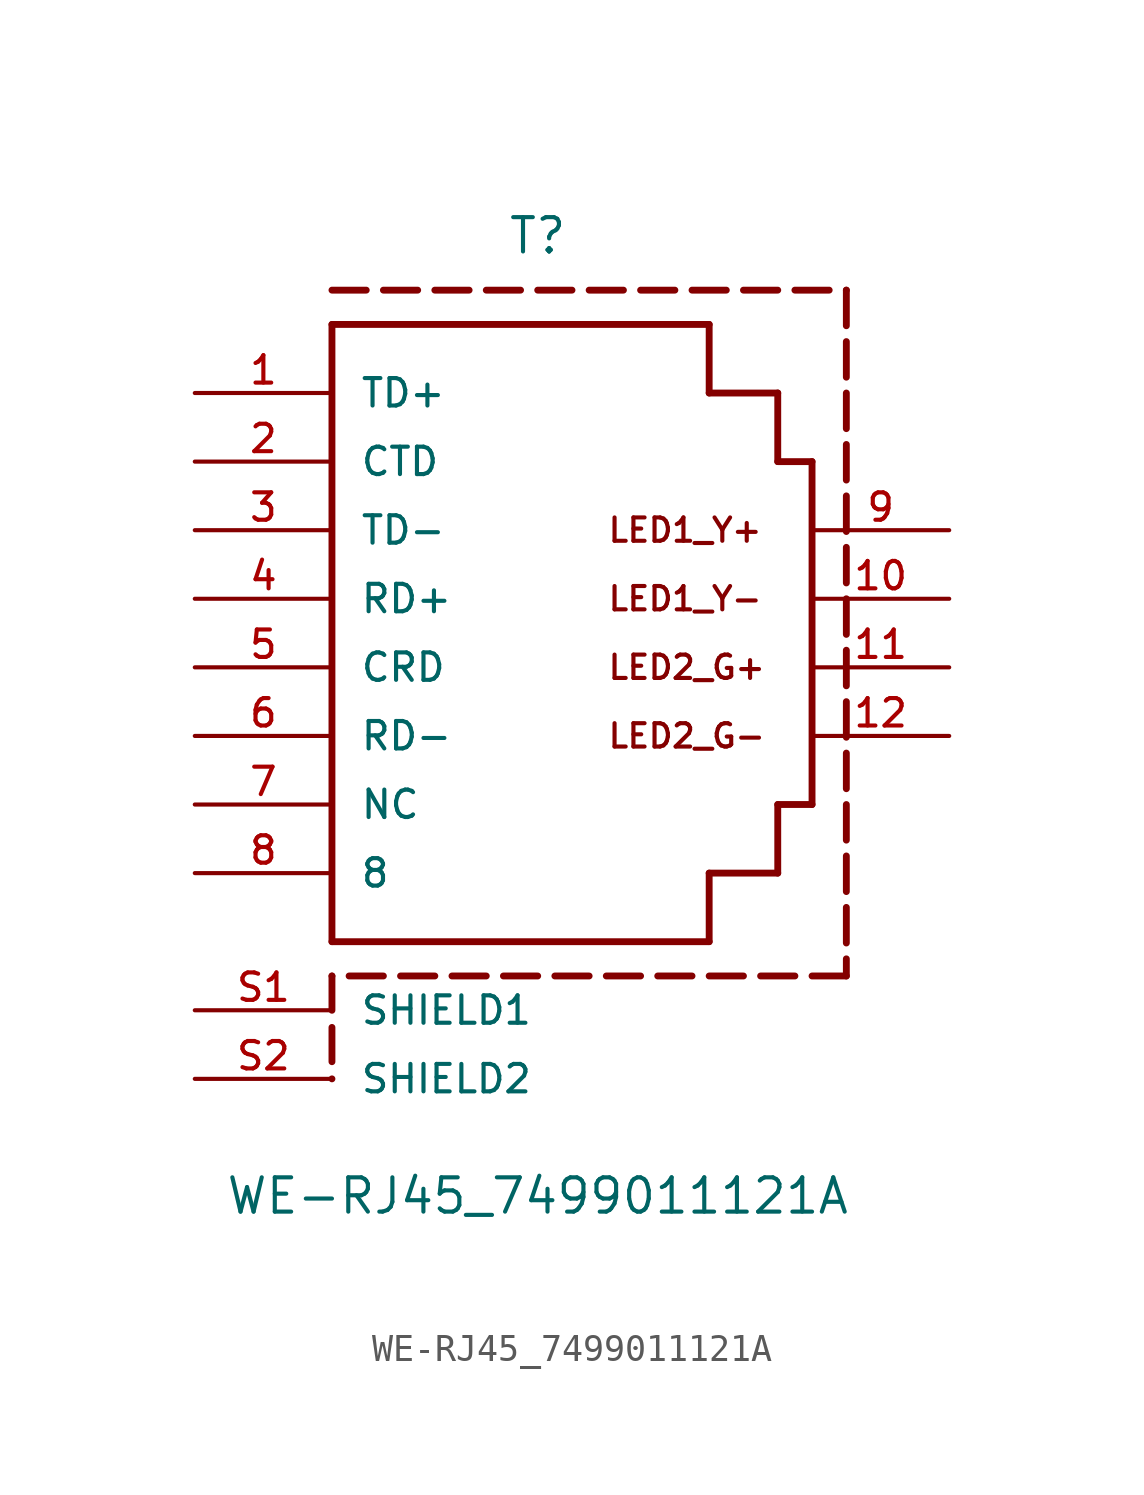
<source format=kicad_sym>
(kicad_symbol_lib
  (version 20211014)
  (generator kicad_symbol_editor)
  (symbol "WE-RJ45_7499011121A"
    (pin_names
      (offset 1.016))
    (property "Reference" "T"
      (at 0.0 15.24 0)
      (effects (font (size 1.27 1.27)) (justify bottom)))
    (property "Value" "WE-RJ45_7499011121A"
      (at 0.0 -20.32 0)
      (effects (font (size 1.27 1.27)) (justify bottom)))
    (symbol "WE-RJ45_7499011121A_0_0"
      (text "LED2_G+" (at 2.54 0.0 0) (effects (font (size 0.864 0.864)) (justify left)))
      (text "LED2_G-" (at 2.54 -2.54 0) (effects (font (size 0.864 0.864)) (justify left)))
      (text "LED1_Y-" (at 2.54 2.54 0) (effects (font (size 0.864 0.864)) (justify left)))
      (text "LED1_Y+" (at 2.54 5.08 0) (effects (font (size 0.864 0.864)) (justify left)))
      (polyline (pts (xy -7.62 12.7) (xy 6.35 12.7)) (stroke (width 0.254)))
      (polyline (pts (xy 10.16 7.62) (xy 10.16 -5.08)) (stroke (width 0.254)))
      (polyline (pts (xy 6.35 -10.16) (xy -7.62 -10.16)) (stroke (width 0.254)))
      (polyline (pts (xy -7.62 -10.16) (xy -7.62 12.7)) (stroke (width 0.254)))
      (polyline (pts (xy 6.35 12.7) (xy 6.35 10.16)) (stroke (width 0.254)))
      (polyline (pts (xy 6.35 10.16) (xy 8.89 10.16)) (stroke (width 0.254)))
      (polyline (pts (xy 8.89 10.16) (xy 8.89 7.62)) (stroke (width 0.254)))
      (polyline (pts (xy 6.35 -10.16) (xy 6.35 -7.62)) (stroke (width 0.254)))
      (polyline (pts (xy 6.35 -7.62) (xy 8.89 -7.62)) (stroke (width 0.254)))
      (polyline (pts (xy 8.89 -7.62) (xy 8.89 -5.08)) (stroke (width 0.254)))
      (polyline (pts (xy 8.89 -5.08) (xy 10.16 -5.08)) (stroke (width 0.254)))
      (polyline (pts (xy 8.89 7.62) (xy 10.16 7.62)) (stroke (width 0.254)))
      (polyline (pts (xy -7.62 13.97) (xy -6.35 13.97)) (stroke (width 0.254)))
      (polyline (pts (xy -5.715 13.97) (xy -4.445 13.97)) (stroke (width 0.254)))
      (polyline (pts (xy -3.81 13.97) (xy -2.54 13.97)) (stroke (width 0.254)))
      (polyline (pts (xy -1.905 13.97) (xy -0.635 13.97)) (stroke (width 0.254)))
      (polyline (pts (xy -8.88178e-16 13.97) (xy 1.27 13.97)) (stroke (width 0.254)))
      (polyline (pts (xy 1.905 13.97) (xy 3.175 13.97)) (stroke (width 0.254)))
      (polyline (pts (xy 3.81 13.97) (xy 5.08 13.97)) (stroke (width 0.254)))
      (polyline (pts (xy 5.715 13.97) (xy 6.985 13.97)) (stroke (width 0.254)))
      (polyline (pts (xy 7.62 13.97) (xy 8.89 13.97)) (stroke (width 0.254)))
      (polyline (pts (xy 9.525 13.97) (xy 10.795 13.97)) (stroke (width 0.254)))
      (polyline (pts (xy 11.43 13.97) (xy 11.43 13.97)) (stroke (width 0.254)))
      (polyline (pts (xy 11.43 13.97) (xy 11.43 12.651)) (stroke (width 0.254)))
      (polyline (pts (xy 11.43 12.065) (xy 11.43 10.746)) (stroke (width 0.254)))
      (polyline (pts (xy 11.43 10.16) (xy 11.43 8.841)) (stroke (width 0.254)))
      (polyline (pts (xy 11.43 8.255) (xy 11.43 6.936)) (stroke (width 0.254)))
      (polyline (pts (xy 11.43 6.35) (xy 11.43 5.031)) (stroke (width 0.254)))
      (polyline (pts (xy 11.43 4.445) (xy 11.43 3.126)) (stroke (width 0.254)))
      (polyline (pts (xy 11.43 2.54) (xy 11.43 1.221)) (stroke (width 0.254)))
      (polyline (pts (xy 11.43 0.635) (xy 11.43 -0.684)) (stroke (width 0.254)))
      (polyline (pts (xy 11.43 -1.27) (xy 11.43 -2.589)) (stroke (width 0.254)))
      (polyline (pts (xy 11.43 -3.175) (xy 11.43 -4.494)) (stroke (width 0.254)))
      (polyline (pts (xy 11.43 -5.08) (xy 11.43 -6.399)) (stroke (width 0.254)))
      (polyline (pts (xy 11.43 -6.985) (xy 11.43 -8.304)) (stroke (width 0.254)))
      (polyline (pts (xy 11.43 -8.89) (xy 11.43 -10.209)) (stroke (width 0.254)))
      (polyline (pts (xy 11.43 -10.795) (xy 11.43 -11.43)) (stroke (width 0.254)))
      (polyline (pts (xy 11.43 -11.43) (xy 10.16 -11.43)) (stroke (width 0.254)))
      (polyline (pts (xy 9.525 -11.43) (xy 8.255 -11.43)) (stroke (width 0.254)))
      (polyline (pts (xy 7.62 -11.43) (xy 6.35 -11.43)) (stroke (width 0.254)))
      (polyline (pts (xy 5.715 -11.43) (xy 4.445 -11.43)) (stroke (width 0.254)))
      (polyline (pts (xy 3.81 -11.43) (xy 2.54 -11.43)) (stroke (width 0.254)))
      (polyline (pts (xy 1.905 -11.43) (xy 0.635 -11.43)) (stroke (width 0.254)))
      (polyline (pts (xy 0.0 -11.43) (xy -1.27 -11.43)) (stroke (width 0.254)))
      (polyline (pts (xy -1.905 -11.43) (xy -3.175 -11.43)) (stroke (width 0.254)))
      (polyline (pts (xy -3.81 -11.43) (xy -5.08 -11.43)) (stroke (width 0.254)))
      (polyline (pts (xy -5.715 -11.43) (xy -6.985 -11.43)) (stroke (width 0.254)))
      (polyline (pts (xy -7.62 -11.43) (xy -7.62 -11.43)) (stroke (width 0.254)))
      (polyline (pts (xy -7.62 -11.43) (xy -7.62 -12.7)) (stroke (width 0.254)))
      (polyline (pts (xy -7.62 -13.335) (xy -7.62 -14.605)) (stroke (width 0.254)))
      (polyline (pts (xy -7.62 -15.24) (xy -7.62 -15.24)) (stroke (width 0.254)))
      (pin passive line (at -12.7 2.54 0) (length 5.08) (name "RD+" (effects (font (size 1.016 1.016)))) (number "4" (effects (font (size 1.016 1.016)))))
      (pin passive line (at -12.7 7.62 0) (length 5.08) (name "CTD" (effects (font (size 1.016 1.016)))) (number "2" (effects (font (size 1.016 1.016)))))
      (pin passive line (at -12.7 -2.54 0) (length 5.08) (name "RD-" (effects (font (size 1.016 1.016)))) (number "6" (effects (font (size 1.016 1.016)))))
      (pin passive line (at -12.7 10.16 0) (length 5.08) (name "TD+" (effects (font (size 1.016 1.016)))) (number "1" (effects (font (size 1.016 1.016)))))
      (pin passive line (at -12.7 5.08 0) (length 5.08) (name "TD-" (effects (font (size 1.016 1.016)))) (number "3" (effects (font (size 1.016 1.016)))))
      (pin passive line (at -12.7 0.0 0) (length 5.08) (name "CRD" (effects (font (size 1.016 1.016)))) (number "5" (effects (font (size 1.016 1.016)))))
      (pin passive line (at 15.24 -2.54 180.0) (length 5.08) (name "~" (effects (font (size 1.016 1.016)))) (number "12" (effects (font (size 1.016 1.016)))))
      (pin passive line (at 15.24 0.0 180.0) (length 5.08) (name "~" (effects (font (size 1.016 1.016)))) (number "11" (effects (font (size 1.016 1.016)))))
      (pin passive line (at 15.24 5.08 180.0) (length 5.08) (name "~" (effects (font (size 1.016 1.016)))) (number "9" (effects (font (size 1.016 1.016)))))
      (pin passive line (at 15.24 2.54 180.0) (length 5.08) (name "~" (effects (font (size 1.016 1.016)))) (number "10" (effects (font (size 1.016 1.016)))))
      (pin passive line (at -12.7 -12.7 0) (length 5.08) (name "SHIELD1" (effects (font (size 1.016 1.016)))) (number "S1" (effects (font (size 1.016 1.016)))))
      (pin passive line (at -12.7 -15.24 0) (length 5.08) (name "SHIELD2" (effects (font (size 1.016 1.016)))) (number "S2" (effects (font (size 1.016 1.016)))))
      (pin passive line (at -12.7 -7.62 0) (length 5.08) (name "8" (effects (font (size 1.016 1.016)))) (number "8" (effects (font (size 1.016 1.016)))))
      (pin passive line (at -12.7 -5.08 0) (length 5.08) (name "NC" (effects (font (size 1.016 1.016)))) (number "7" (effects (font (size 1.016 1.016))))))))
</source>
